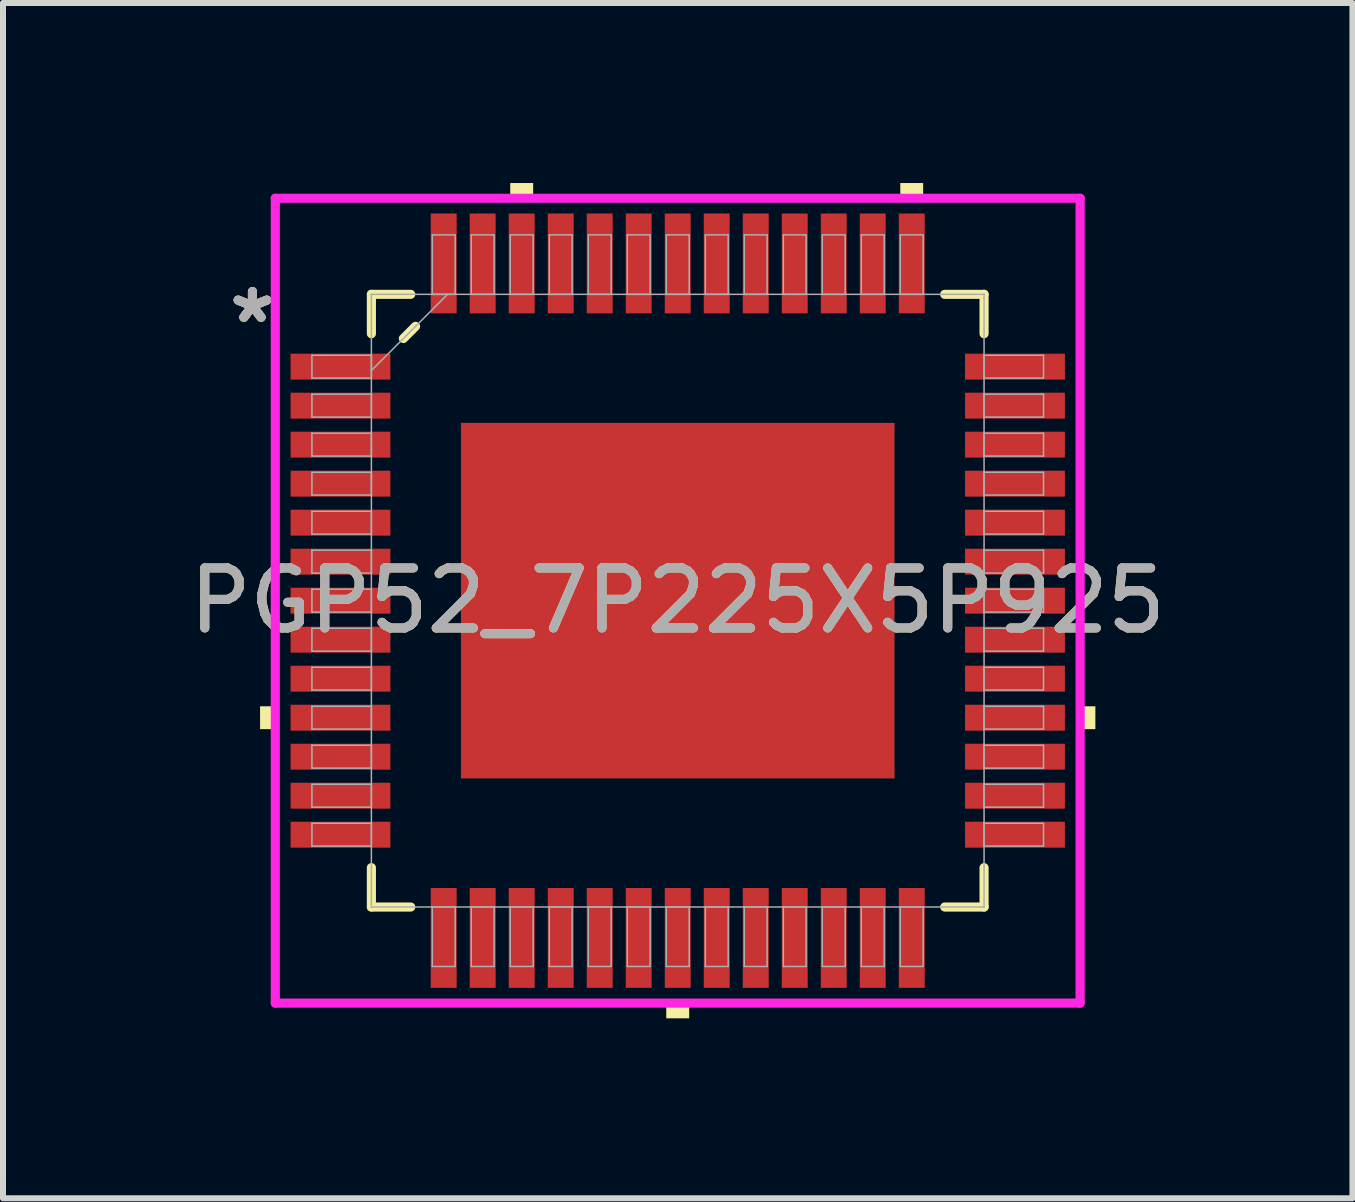
<source format=kicad_pcb>
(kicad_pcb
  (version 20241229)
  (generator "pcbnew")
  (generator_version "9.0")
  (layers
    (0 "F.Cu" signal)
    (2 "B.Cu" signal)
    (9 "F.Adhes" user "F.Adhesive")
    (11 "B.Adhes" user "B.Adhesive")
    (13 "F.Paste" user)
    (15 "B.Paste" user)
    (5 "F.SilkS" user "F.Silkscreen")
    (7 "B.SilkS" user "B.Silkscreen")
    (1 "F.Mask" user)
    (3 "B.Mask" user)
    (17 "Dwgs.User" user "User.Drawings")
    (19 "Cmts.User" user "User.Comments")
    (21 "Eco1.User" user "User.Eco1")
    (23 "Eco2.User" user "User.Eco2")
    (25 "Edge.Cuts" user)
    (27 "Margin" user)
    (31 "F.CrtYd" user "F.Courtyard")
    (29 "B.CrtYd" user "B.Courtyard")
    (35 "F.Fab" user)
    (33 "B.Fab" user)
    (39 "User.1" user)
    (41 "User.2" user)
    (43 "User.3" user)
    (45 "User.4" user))
  (footprint "PGP52_7P225X5P925"
    (layer "F.Cu")
    (at 8.244 6.96)
    (property "Reference" "PGP52_7P225X5P925" (at 0 0 0) (unlocked yes) (layer "F.SilkS") (effects (font (size 1 1) (thickness 0.15))))
    (attr through_hole)
    (fp_poly (pts (xy -3.676 -3.026) (xy -3.35 -3.026) (xy -3.35 3.026) (xy -3.676 3.026)) (stroke (width 0) (type solid)) (fill yes) (layer "F.Mask"))
    (fp_poly (pts (xy -3.676 -3.026) (xy 3.676 -3.026) (xy 3.676 -2.562) (xy -3.676 -2.562)) (stroke (width 0) (type solid)) (fill yes) (layer "F.Mask"))
    (fp_poly (pts (xy -3.676 -2.162) (xy 3.676 -2.162) (xy 3.676 -1.775) (xy -3.676 -1.775)) (stroke (width 0) (type solid)) (fill yes) (layer "F.Mask"))
    (fp_poly (pts (xy -3.676 -1.375) (xy 3.676 -1.375) (xy 3.676 -0.987) (xy -3.676 -0.987)) (stroke (width 0) (type solid)) (fill yes) (layer "F.Mask"))
    (fp_poly (pts (xy -3.676 -0.587) (xy 3.676 -0.587) (xy 3.676 -0.2) (xy -3.676 -0.2)) (stroke (width 0) (type solid)) (fill yes) (layer "F.Mask"))
    (fp_poly (pts (xy -3.676 0.2) (xy 3.676 0.2) (xy 3.676 0.587) (xy -3.676 0.587)) (stroke (width 0) (type solid)) (fill yes) (layer "F.Mask"))
    (fp_poly (pts (xy -3.676 0.987) (xy 3.676 0.987) (xy 3.676 1.375) (xy -3.676 1.375)) (stroke (width 0) (type solid)) (fill yes) (layer "F.Mask"))
    (fp_poly (pts (xy -3.676 1.775) (xy 3.676 1.775) (xy 3.676 2.162) (xy -3.676 2.162)) (stroke (width 0) (type solid)) (fill yes) (layer "F.Mask"))
    (fp_poly (pts (xy -3.676 2.562) (xy 3.676 2.562) (xy 3.676 3.026) (xy -3.676 3.026)) (stroke (width 0) (type solid)) (fill yes) (layer "F.Mask"))
    (fp_poly (pts (xy -2.562 -3.026) (xy -2.95 -3.026) (xy -2.95 3.026) (xy -2.562 3.026)) (stroke (width 0) (type solid)) (fill yes) (layer "F.Mask"))
    (fp_poly (pts (xy -1.775 -3.026) (xy -2.162 -3.026) (xy -2.162 3.026) (xy -1.775 3.026)) (stroke (width 0) (type solid)) (fill yes) (layer "F.Mask"))
    (fp_poly (pts (xy -0.987 -3.026) (xy -1.375 -3.026) (xy -1.375 3.026) (xy -0.987 3.026)) (stroke (width 0) (type solid)) (fill yes) (layer "F.Mask"))
    (fp_poly (pts (xy -0.2 -3.026) (xy -0.587 -3.026) (xy -0.587 3.026) (xy -0.2 3.026)) (stroke (width 0) (type solid)) (fill yes) (layer "F.Mask"))
    (fp_poly (pts (xy 0.587 -3.026) (xy 0.2 -3.026) (xy 0.2 3.026) (xy 0.587 3.026)) (stroke (width 0) (type solid)) (fill yes) (layer "F.Mask"))
    (fp_poly (pts (xy 1.375 -3.026) (xy 0.987 -3.026) (xy 0.987 3.026) (xy 1.375 3.026)) (stroke (width 0) (type solid)) (fill yes) (layer "F.Mask"))
    (fp_poly (pts (xy 2.162 -3.026) (xy 1.775 -3.026) (xy 1.775 3.026) (xy 2.162 3.026)) (stroke (width 0) (type solid)) (fill yes) (layer "F.Mask"))
    (fp_poly (pts (xy 2.95 -3.026) (xy 2.562 -3.026) (xy 2.562 3.026) (xy 2.95 3.026)) (stroke (width 0) (type solid)) (fill yes) (layer "F.Mask"))
    (fp_poly (pts (xy 3.35 -3.026) (xy 3.676 -3.026) (xy 3.676 3.026) (xy 3.35 3.026)) (stroke (width 0) (type solid)) (fill yes) (layer "F.Mask"))
    (fp_line (start -5.105 -5.105) (end -5.105 -4.449) (stroke (width 0.152) (type solid)) (layer "F.SilkS"))
    (fp_line (start -5.105 4.449) (end -5.105 5.105) (stroke (width 0.152) (type solid)) (layer "F.SilkS"))
    (fp_line (start -5.105 5.105) (end -4.449 5.105) (stroke (width 0.152) (type solid)) (layer "F.SilkS"))
    (fp_line (start -4.572 -4.369) (end -4.369 -4.572) (stroke (width 0.152) (type solid)) (layer "F.SilkS"))
    (fp_line (start -4.449 -5.105) (end -5.105 -5.105) (stroke (width 0.152) (type solid)) (layer "F.SilkS"))
    (fp_line (start 4.449 5.105) (end 5.105 5.105) (stroke (width 0.152) (type solid)) (layer "F.SilkS"))
    (fp_line (start 5.105 -5.105) (end 4.449 -5.105) (stroke (width 0.152) (type solid)) (layer "F.SilkS"))
    (fp_line (start 5.105 -4.449) (end 5.105 -5.105) (stroke (width 0.152) (type solid)) (layer "F.SilkS"))
    (fp_line (start 5.105 5.105) (end 5.105 4.449) (stroke (width 0.152) (type solid)) (layer "F.SilkS"))
    (fp_poly (pts (xy -6.96 1.76) (xy -6.96 2.141) (xy -6.706 2.141) (xy -6.706 1.76)) (stroke (width 0) (type solid)) (fill yes) (layer "F.SilkS"))
    (fp_poly (pts (xy -2.791 -6.706) (xy -2.791 -6.96) (xy -2.409 -6.96) (xy -2.409 -6.706)) (stroke (width 0) (type solid)) (fill yes) (layer "F.SilkS"))
    (fp_poly (pts (xy -0.191 6.706) (xy -0.191 6.96) (xy 0.191 6.96) (xy 0.191 6.706)) (stroke (width 0) (type solid)) (fill yes) (layer "F.SilkS"))
    (fp_poly (pts (xy 3.709 -6.706) (xy 3.709 -6.96) (xy 4.09 -6.96) (xy 4.09 -6.706)) (stroke (width 0) (type solid)) (fill yes) (layer "F.SilkS"))
    (fp_poly (pts (xy 6.96 1.76) (xy 6.96 2.141) (xy 6.706 2.141) (xy 6.706 1.76)) (stroke (width 0) (type solid)) (fill yes) (layer "F.SilkS"))
    (fp_poly (pts (xy -3.538 -2.888) (xy -3.538 -2.462) (xy -3.391 -2.462) (xy -3.25 -2.604) (xy -3.25 -2.888)) (stroke (width 0) (type solid)) (fill yes) (layer "F.Paste"))
    (fp_poly (pts (xy -3.538 2.462) (xy -3.538 2.888) (xy -3.25 2.888) (xy -3.25 2.604) (xy -3.391 2.462)) (stroke (width 0) (type solid)) (fill yes) (layer "F.Paste"))
    (fp_poly (pts (xy 3.25 -2.888) (xy 3.25 -2.604) (xy 3.391 -2.462) (xy 3.538 -2.462) (xy 3.538 -2.888)) (stroke (width 0) (type solid)) (fill yes) (layer "F.Paste"))
    (fp_poly (pts (xy 3.391 2.462) (xy 3.25 2.604) (xy 3.25 2.888) (xy 3.538 2.888) (xy 3.538 2.462)) (stroke (width 0) (type solid)) (fill yes) (layer "F.Paste"))
    (fp_poly (pts (xy -3.538 -2.262) (xy -3.538 -1.675) (xy -3.391 -1.675) (xy -3.25 -1.816) (xy -3.25 -2.121) (xy -3.391 -2.262)) (stroke (width 0) (type solid)) (fill yes) (layer "F.Paste"))
    (fp_poly (pts (xy -3.538 -1.475) (xy -3.538 -0.887) (xy -3.391 -0.887) (xy -3.25 -1.029) (xy -3.25 -1.333) (xy -3.391 -1.475)) (stroke (width 0) (type solid)) (fill yes) (layer "F.Paste"))
    (fp_poly (pts (xy -3.538 -0.687) (xy -3.538 -0.1) (xy -3.391 -0.1) (xy -3.25 -0.241) (xy -3.25 -0.546) (xy -3.391 -0.687)) (stroke (width 0) (type solid)) (fill yes) (layer "F.Paste"))
    (fp_poly (pts (xy -3.538 0.1) (xy -3.538 0.687) (xy -3.391 0.687) (xy -3.25 0.546) (xy -3.25 0.241) (xy -3.391 0.1)) (stroke (width 0) (type solid)) (fill yes) (layer "F.Paste"))
    (fp_poly (pts (xy -3.538 0.887) (xy -3.538 1.475) (xy -3.391 1.475) (xy -3.25 1.333) (xy -3.25 1.029) (xy -3.391 0.887)) (stroke (width 0) (type solid)) (fill yes) (layer "F.Paste"))
    (fp_poly (pts (xy -3.538 1.675) (xy -3.538 2.262) (xy -3.391 2.262) (xy -3.25 2.121) (xy -3.25 1.816) (xy -3.391 1.675)) (stroke (width 0) (type solid)) (fill yes) (layer "F.Paste"))
    (fp_poly (pts (xy -3.05 -2.888) (xy -3.05 -2.604) (xy -2.908 -2.462) (xy -2.604 -2.462) (xy -2.462 -2.604) (xy -2.462 -2.888)) (stroke (width 0) (type solid)) (fill yes) (layer "F.Paste"))
    (fp_poly (pts (xy -2.908 2.462) (xy -3.05 2.604) (xy -3.05 2.888) (xy -2.462 2.888) (xy -2.462 2.604) (xy -2.604 2.462)) (stroke (width 0) (type solid)) (fill yes) (layer "F.Paste"))
    (fp_poly (pts (xy -2.262 -2.888) (xy -2.262 -2.604) (xy -2.121 -2.462) (xy -1.816 -2.462) (xy -1.675 -2.604) (xy -1.675 -2.888)) (stroke (width 0) (type solid)) (fill yes) (layer "F.Paste"))
    (fp_poly (pts (xy -2.121 2.462) (xy -2.262 2.604) (xy -2.262 2.888) (xy -1.675 2.888) (xy -1.675 2.604) (xy -1.816 2.462)) (stroke (width 0) (type solid)) (fill yes) (layer "F.Paste"))
    (fp_poly (pts (xy -1.475 -2.888) (xy -1.475 -2.604) (xy -1.333 -2.462) (xy -1.029 -2.462) (xy -0.887 -2.604) (xy -0.887 -2.888)) (stroke (width 0) (type solid)) (fill yes) (layer "F.Paste"))
    (fp_poly (pts (xy -1.333 2.462) (xy -1.475 2.604) (xy -1.475 2.888) (xy -0.887 2.888) (xy -0.887 2.604) (xy -1.029 2.462)) (stroke (width 0) (type solid)) (fill yes) (layer "F.Paste"))
    (fp_poly (pts (xy -0.687 -2.888) (xy -0.687 -2.604) (xy -0.546 -2.462) (xy -0.241 -2.462) (xy -0.1 -2.604) (xy -0.1 -2.888)) (stroke (width 0) (type solid)) (fill yes) (layer "F.Paste"))
    (fp_poly (pts (xy -0.546 2.462) (xy -0.687 2.604) (xy -0.687 2.888) (xy -0.1 2.888) (xy -0.1 2.604) (xy -0.241 2.462)) (stroke (width 0) (type solid)) (fill yes) (layer "F.Paste"))
    (fp_poly (pts (xy 0.1 -2.888) (xy 0.1 -2.604) (xy 0.241 -2.462) (xy 0.546 -2.462) (xy 0.687 -2.604) (xy 0.687 -2.888)) (stroke (width 0) (type solid)) (fill yes) (layer "F.Paste"))
    (fp_poly (pts (xy 0.241 2.462) (xy 0.1 2.604) (xy 0.1 2.888) (xy 0.687 2.888) (xy 0.687 2.604) (xy 0.546 2.462)) (stroke (width 0) (type solid)) (fill yes) (layer "F.Paste"))
    (fp_poly (pts (xy 0.887 -2.888) (xy 0.887 -2.604) (xy 1.029 -2.462) (xy 1.333 -2.462) (xy 1.475 -2.604) (xy 1.475 -2.888)) (stroke (width 0) (type solid)) (fill yes) (layer "F.Paste"))
    (fp_poly (pts (xy 1.029 2.462) (xy 0.887 2.604) (xy 0.887 2.888) (xy 1.475 2.888) (xy 1.475 2.604) (xy 1.333 2.462)) (stroke (width 0) (type solid)) (fill yes) (layer "F.Paste"))
    (fp_poly (pts (xy 1.675 -2.888) (xy 1.675 -2.604) (xy 1.816 -2.462) (xy 2.121 -2.462) (xy 2.262 -2.604) (xy 2.262 -2.888)) (stroke (width 0) (type solid)) (fill yes) (layer "F.Paste"))
    (fp_poly (pts (xy 1.816 2.462) (xy 1.675 2.604) (xy 1.675 2.888) (xy 2.262 2.888) (xy 2.262 2.604) (xy 2.121 2.462)) (stroke (width 0) (type solid)) (fill yes) (layer "F.Paste"))
    (fp_poly (pts (xy 2.462 -2.888) (xy 2.462 -2.604) (xy 2.604 -2.462) (xy 2.908 -2.462) (xy 3.05 -2.604) (xy 3.05 -2.888)) (stroke (width 0) (type solid)) (fill yes) (layer "F.Paste"))
    (fp_poly (pts (xy 2.604 2.462) (xy 2.462 2.604) (xy 2.462 2.888) (xy 3.05 2.888) (xy 3.05 2.604) (xy 2.908 2.462)) (stroke (width 0) (type solid)) (fill yes) (layer "F.Paste"))
    (fp_poly (pts (xy 3.391 -2.262) (xy 3.25 -2.121) (xy 3.25 -1.816) (xy 3.391 -1.675) (xy 3.538 -1.675) (xy 3.538 -2.262)) (stroke (width 0) (type solid)) (fill yes) (layer "F.Paste"))
    (fp_poly (pts (xy 3.391 -1.475) (xy 3.25 -1.333) (xy 3.25 -1.029) (xy 3.391 -0.887) (xy 3.538 -0.887) (xy 3.538 -1.475)) (stroke (width 0) (type solid)) (fill yes) (layer "F.Paste"))
    (fp_poly (pts (xy 3.391 -0.687) (xy 3.25 -0.546) (xy 3.25 -0.241) (xy 3.391 -0.1) (xy 3.538 -0.1) (xy 3.538 -0.687)) (stroke (width 0) (type solid)) (fill yes) (layer "F.Paste"))
    (fp_poly (pts (xy 3.391 0.1) (xy 3.25 0.241) (xy 3.25 0.546) (xy 3.391 0.687) (xy 3.538 0.687) (xy 3.538 0.1)) (stroke (width 0) (type solid)) (fill yes) (layer "F.Paste"))
    (fp_poly (pts (xy 3.391 0.887) (xy 3.25 1.029) (xy 3.25 1.333) (xy 3.391 1.475) (xy 3.538 1.475) (xy 3.538 0.887)) (stroke (width 0) (type solid)) (fill yes) (layer "F.Paste"))
    (fp_poly (pts (xy 3.391 1.675) (xy 3.25 1.816) (xy 3.25 2.121) (xy 3.391 2.262) (xy 3.538 2.262) (xy 3.538 1.675)) (stroke (width 0) (type solid)) (fill yes) (layer "F.Paste"))
    (fp_poly (pts (xy -2.908 -2.262) (xy -3.05 -2.121) (xy -3.05 -1.816) (xy -2.908 -1.675) (xy -2.604 -1.675) (xy -2.462 -1.816) (xy -2.462 -2.121) (xy -2.604 -2.262)) (stroke (width 0) (type solid)) (fill yes) (layer "F.Paste"))
    (fp_poly (pts (xy -2.908 -1.475) (xy -3.05 -1.333) (xy -3.05 -1.029) (xy -2.908 -0.887) (xy -2.604 -0.887) (xy -2.462 -1.029) (xy -2.462 -1.333) (xy -2.604 -1.475)) (stroke (width 0) (type solid)) (fill yes) (layer "F.Paste"))
    (fp_poly (pts (xy -2.908 -0.687) (xy -3.05 -0.546) (xy -3.05 -0.241) (xy -2.908 -0.1) (xy -2.604 -0.1) (xy -2.462 -0.241) (xy -2.462 -0.546) (xy -2.604 -0.687)) (stroke (width 0) (type solid)) (fill yes) (layer "F.Paste"))
    (fp_poly (pts (xy -2.908 0.1) (xy -3.05 0.241) (xy -3.05 0.546) (xy -2.908 0.687) (xy -2.604 0.687) (xy -2.462 0.546) (xy -2.462 0.241) (xy -2.604 0.1)) (stroke (width 0) (type solid)) (fill yes) (layer "F.Paste"))
    (fp_poly (pts (xy -2.908 0.887) (xy -3.05 1.029) (xy -3.05 1.333) (xy -2.908 1.475) (xy -2.604 1.475) (xy -2.462 1.333) (xy -2.462 1.029) (xy -2.604 0.887)) (stroke (width 0) (type solid)) (fill yes) (layer "F.Paste"))
    (fp_poly (pts (xy -2.908 1.675) (xy -3.05 1.816) (xy -3.05 2.121) (xy -2.908 2.262) (xy -2.604 2.262) (xy -2.462 2.121) (xy -2.462 1.816) (xy -2.604 1.675)) (stroke (width 0) (type solid)) (fill yes) (layer "F.Paste"))
    (fp_poly (pts (xy -2.121 -2.262) (xy -2.262 -2.121) (xy -2.262 -1.816) (xy -2.121 -1.675) (xy -1.816 -1.675) (xy -1.675 -1.816) (xy -1.675 -2.121) (xy -1.816 -2.262)) (stroke (width 0) (type solid)) (fill yes) (layer "F.Paste"))
    (fp_poly (pts (xy -2.121 -1.475) (xy -2.262 -1.333) (xy -2.262 -1.029) (xy -2.121 -0.887) (xy -1.816 -0.887) (xy -1.675 -1.029) (xy -1.675 -1.333) (xy -1.816 -1.475)) (stroke (width 0) (type solid)) (fill yes) (layer "F.Paste"))
    (fp_poly (pts (xy -2.121 -0.687) (xy -2.262 -0.546) (xy -2.262 -0.241) (xy -2.121 -0.1) (xy -1.816 -0.1) (xy -1.675 -0.241) (xy -1.675 -0.546) (xy -1.816 -0.687)) (stroke (width 0) (type solid)) (fill yes) (layer "F.Paste"))
    (fp_poly (pts (xy -2.121 0.1) (xy -2.262 0.241) (xy -2.262 0.546) (xy -2.121 0.687) (xy -1.816 0.687) (xy -1.675 0.546) (xy -1.675 0.241) (xy -1.816 0.1)) (stroke (width 0) (type solid)) (fill yes) (layer "F.Paste"))
    (fp_poly (pts (xy -2.121 0.887) (xy -2.262 1.029) (xy -2.262 1.333) (xy -2.121 1.475) (xy -1.816 1.475) (xy -1.675 1.333) (xy -1.675 1.029) (xy -1.816 0.887)) (stroke (width 0) (type solid)) (fill yes) (layer "F.Paste"))
    (fp_poly (pts (xy -2.121 1.675) (xy -2.262 1.816) (xy -2.262 2.121) (xy -2.121 2.262) (xy -1.816 2.262) (xy -1.675 2.121) (xy -1.675 1.816) (xy -1.816 1.675)) (stroke (width 0) (type solid)) (fill yes) (layer "F.Paste"))
    (fp_poly (pts (xy -1.333 -2.262) (xy -1.475 -2.121) (xy -1.475 -1.816) (xy -1.333 -1.675) (xy -1.029 -1.675) (xy -0.887 -1.816) (xy -0.887 -2.121) (xy -1.029 -2.262)) (stroke (width 0) (type solid)) (fill yes) (layer "F.Paste"))
    (fp_poly (pts (xy -1.333 -1.475) (xy -1.475 -1.333) (xy -1.475 -1.029) (xy -1.333 -0.887) (xy -1.029 -0.887) (xy -0.887 -1.029) (xy -0.887 -1.333) (xy -1.029 -1.475)) (stroke (width 0) (type solid)) (fill yes) (layer "F.Paste"))
    (fp_poly (pts (xy -1.333 -0.687) (xy -1.475 -0.546) (xy -1.475 -0.241) (xy -1.333 -0.1) (xy -1.029 -0.1) (xy -0.887 -0.241) (xy -0.887 -0.546) (xy -1.029 -0.687)) (stroke (width 0) (type solid)) (fill yes) (layer "F.Paste"))
    (fp_poly (pts (xy -1.333 0.1) (xy -1.475 0.241) (xy -1.475 0.546) (xy -1.333 0.687) (xy -1.029 0.687) (xy -0.887 0.546) (xy -0.887 0.241) (xy -1.029 0.1)) (stroke (width 0) (type solid)) (fill yes) (layer "F.Paste"))
    (fp_poly (pts (xy -1.333 0.887) (xy -1.475 1.029) (xy -1.475 1.333) (xy -1.333 1.475) (xy -1.029 1.475) (xy -0.887 1.333) (xy -0.887 1.029) (xy -1.029 0.887)) (stroke (width 0) (type solid)) (fill yes) (layer "F.Paste"))
    (fp_poly (pts (xy -1.333 1.675) (xy -1.475 1.816) (xy -1.475 2.121) (xy -1.333 2.262) (xy -1.029 2.262) (xy -0.887 2.121) (xy -0.887 1.816) (xy -1.029 1.675)) (stroke (width 0) (type solid)) (fill yes) (layer "F.Paste"))
    (fp_poly (pts (xy -0.546 -2.262) (xy -0.687 -2.121) (xy -0.687 -1.816) (xy -0.546 -1.675) (xy -0.241 -1.675) (xy -0.1 -1.816) (xy -0.1 -2.121) (xy -0.241 -2.262)) (stroke (width 0) (type solid)) (fill yes) (layer "F.Paste"))
    (fp_poly (pts (xy -0.546 -1.475) (xy -0.687 -1.333) (xy -0.687 -1.029) (xy -0.546 -0.887) (xy -0.241 -0.887) (xy -0.1 -1.029) (xy -0.1 -1.333) (xy -0.241 -1.475)) (stroke (width 0) (type solid)) (fill yes) (layer "F.Paste"))
    (fp_poly (pts (xy -0.546 -0.687) (xy -0.687 -0.546) (xy -0.687 -0.241) (xy -0.546 -0.1) (xy -0.241 -0.1) (xy -0.1 -0.241) (xy -0.1 -0.546) (xy -0.241 -0.687)) (stroke (width 0) (type solid)) (fill yes) (layer "F.Paste"))
    (fp_poly (pts (xy -0.546 0.1) (xy -0.687 0.241) (xy -0.687 0.546) (xy -0.546 0.687) (xy -0.241 0.687) (xy -0.1 0.546) (xy -0.1 0.241) (xy -0.241 0.1)) (stroke (width 0) (type solid)) (fill yes) (layer "F.Paste"))
    (fp_poly (pts (xy -0.546 0.887) (xy -0.687 1.029) (xy -0.687 1.333) (xy -0.546 1.475) (xy -0.241 1.475) (xy -0.1 1.333) (xy -0.1 1.029) (xy -0.241 0.887)) (stroke (width 0) (type solid)) (fill yes) (layer "F.Paste"))
    (fp_poly (pts (xy -0.546 1.675) (xy -0.687 1.816) (xy -0.687 2.121) (xy -0.546 2.262) (xy -0.241 2.262) (xy -0.1 2.121) (xy -0.1 1.816) (xy -0.241 1.675)) (stroke (width 0) (type solid)) (fill yes) (layer "F.Paste"))
    (fp_poly (pts (xy 0.241 -2.262) (xy 0.1 -2.121) (xy 0.1 -1.816) (xy 0.241 -1.675) (xy 0.546 -1.675) (xy 0.687 -1.816) (xy 0.687 -2.121) (xy 0.546 -2.262)) (stroke (width 0) (type solid)) (fill yes) (layer "F.Paste"))
    (fp_poly (pts (xy 0.241 -1.475) (xy 0.1 -1.333) (xy 0.1 -1.029) (xy 0.241 -0.887) (xy 0.546 -0.887) (xy 0.687 -1.029) (xy 0.687 -1.333) (xy 0.546 -1.475)) (stroke (width 0) (type solid)) (fill yes) (layer "F.Paste"))
    (fp_poly (pts (xy 0.241 -0.687) (xy 0.1 -0.546) (xy 0.1 -0.241) (xy 0.241 -0.1) (xy 0.546 -0.1) (xy 0.687 -0.241) (xy 0.687 -0.546) (xy 0.546 -0.687)) (stroke (width 0) (type solid)) (fill yes) (layer "F.Paste"))
    (fp_poly (pts (xy 0.241 0.1) (xy 0.1 0.241) (xy 0.1 0.546) (xy 0.241 0.687) (xy 0.546 0.687) (xy 0.687 0.546) (xy 0.687 0.241) (xy 0.546 0.1)) (stroke (width 0) (type solid)) (fill yes) (layer "F.Paste"))
    (fp_poly (pts (xy 0.241 0.887) (xy 0.1 1.029) (xy 0.1 1.333) (xy 0.241 1.475) (xy 0.546 1.475) (xy 0.687 1.333) (xy 0.687 1.029) (xy 0.546 0.887)) (stroke (width 0) (type solid)) (fill yes) (layer "F.Paste"))
    (fp_poly (pts (xy 0.241 1.675) (xy 0.1 1.816) (xy 0.1 2.121) (xy 0.241 2.262) (xy 0.546 2.262) (xy 0.687 2.121) (xy 0.687 1.816) (xy 0.546 1.675)) (stroke (width 0) (type solid)) (fill yes) (layer "F.Paste"))
    (fp_poly (pts (xy 1.029 -2.262) (xy 0.887 -2.121) (xy 0.887 -1.816) (xy 1.029 -1.675) (xy 1.333 -1.675) (xy 1.475 -1.816) (xy 1.475 -2.121) (xy 1.333 -2.262)) (stroke (width 0) (type solid)) (fill yes) (layer "F.Paste"))
    (fp_poly (pts (xy 1.029 -1.475) (xy 0.887 -1.333) (xy 0.887 -1.029) (xy 1.029 -0.887) (xy 1.333 -0.887) (xy 1.475 -1.029) (xy 1.475 -1.333) (xy 1.333 -1.475)) (stroke (width 0) (type solid)) (fill yes) (layer "F.Paste"))
    (fp_poly (pts (xy 1.029 -0.687) (xy 0.887 -0.546) (xy 0.887 -0.241) (xy 1.029 -0.1) (xy 1.333 -0.1) (xy 1.475 -0.241) (xy 1.475 -0.546) (xy 1.333 -0.687)) (stroke (width 0) (type solid)) (fill yes) (layer "F.Paste"))
    (fp_poly (pts (xy 1.029 0.1) (xy 0.887 0.241) (xy 0.887 0.546) (xy 1.029 0.687) (xy 1.333 0.687) (xy 1.475 0.546) (xy 1.475 0.241) (xy 1.333 0.1)) (stroke (width 0) (type solid)) (fill yes) (layer "F.Paste"))
    (fp_poly (pts (xy 1.029 0.887) (xy 0.887 1.029) (xy 0.887 1.333) (xy 1.029 1.475) (xy 1.333 1.475) (xy 1.475 1.333) (xy 1.475 1.029) (xy 1.333 0.887)) (stroke (width 0) (type solid)) (fill yes) (layer "F.Paste"))
    (fp_poly (pts (xy 1.029 1.675) (xy 0.887 1.816) (xy 0.887 2.121) (xy 1.029 2.262) (xy 1.333 2.262) (xy 1.475 2.121) (xy 1.475 1.816) (xy 1.333 1.675)) (stroke (width 0) (type solid)) (fill yes) (layer "F.Paste"))
    (fp_poly (pts (xy 1.816 -2.262) (xy 1.675 -2.121) (xy 1.675 -1.816) (xy 1.816 -1.675) (xy 2.121 -1.675) (xy 2.262 -1.816) (xy 2.262 -2.121) (xy 2.121 -2.262)) (stroke (width 0) (type solid)) (fill yes) (layer "F.Paste"))
    (fp_poly (pts (xy 1.816 -1.475) (xy 1.675 -1.333) (xy 1.675 -1.029) (xy 1.816 -0.887) (xy 2.121 -0.887) (xy 2.262 -1.029) (xy 2.262 -1.333) (xy 2.121 -1.475)) (stroke (width 0) (type solid)) (fill yes) (layer "F.Paste"))
    (fp_poly (pts (xy 1.816 -0.687) (xy 1.675 -0.546) (xy 1.675 -0.241) (xy 1.816 -0.1) (xy 2.121 -0.1) (xy 2.262 -0.241) (xy 2.262 -0.546) (xy 2.121 -0.687)) (stroke (width 0) (type solid)) (fill yes) (layer "F.Paste"))
    (fp_poly (pts (xy 1.816 0.1) (xy 1.675 0.241) (xy 1.675 0.546) (xy 1.816 0.687) (xy 2.121 0.687) (xy 2.262 0.546) (xy 2.262 0.241) (xy 2.121 0.1)) (stroke (width 0) (type solid)) (fill yes) (layer "F.Paste"))
    (fp_poly (pts (xy 1.816 0.887) (xy 1.675 1.029) (xy 1.675 1.333) (xy 1.816 1.475) (xy 2.121 1.475) (xy 2.262 1.333) (xy 2.262 1.029) (xy 2.121 0.887)) (stroke (width 0) (type solid)) (fill yes) (layer "F.Paste"))
    (fp_poly (pts (xy 1.816 1.675) (xy 1.675 1.816) (xy 1.675 2.121) (xy 1.816 2.262) (xy 2.121 2.262) (xy 2.262 2.121) (xy 2.262 1.816) (xy 2.121 1.675)) (stroke (width 0) (type solid)) (fill yes) (layer "F.Paste"))
    (fp_poly (pts (xy 2.604 -2.262) (xy 2.462 -2.121) (xy 2.462 -1.816) (xy 2.604 -1.675) (xy 2.908 -1.675) (xy 3.05 -1.816) (xy 3.05 -2.121) (xy 2.908 -2.262)) (stroke (width 0) (type solid)) (fill yes) (layer "F.Paste"))
    (fp_poly (pts (xy 2.604 -1.475) (xy 2.462 -1.333) (xy 2.462 -1.029) (xy 2.604 -0.887) (xy 2.908 -0.887) (xy 3.05 -1.029) (xy 3.05 -1.333) (xy 2.908 -1.475)) (stroke (width 0) (type solid)) (fill yes) (layer "F.Paste"))
    (fp_poly (pts (xy 2.604 -0.687) (xy 2.462 -0.546) (xy 2.462 -0.241) (xy 2.604 -0.1) (xy 2.908 -0.1) (xy 3.05 -0.241) (xy 3.05 -0.546) (xy 2.908 -0.687)) (stroke (width 0) (type solid)) (fill yes) (layer "F.Paste"))
    (fp_poly (pts (xy 2.604 0.1) (xy 2.462 0.241) (xy 2.462 0.546) (xy 2.604 0.687) (xy 2.908 0.687) (xy 3.05 0.546) (xy 3.05 0.241) (xy 2.908 0.1)) (stroke (width 0) (type solid)) (fill yes) (layer "F.Paste"))
    (fp_poly (pts (xy 2.604 0.887) (xy 2.462 1.029) (xy 2.462 1.333) (xy 2.604 1.475) (xy 2.908 1.475) (xy 3.05 1.333) (xy 3.05 1.029) (xy 2.908 0.887)) (stroke (width 0) (type solid)) (fill yes) (layer "F.Paste"))
    (fp_poly (pts (xy 2.604 1.675) (xy 2.462 1.816) (xy 2.462 2.121) (xy 2.604 2.262) (xy 2.908 2.262) (xy 3.05 2.121) (xy 3.05 1.816) (xy 2.908 1.675)) (stroke (width 0) (type solid)) (fill yes) (layer "F.Paste"))
    (fp_line (start -6.706 -6.706) (end 6.706 -6.706) (stroke (width 0.152) (type solid)) (layer "F.CrtYd"))
    (fp_line (start -6.706 6.706) (end -6.706 -6.706) (stroke (width 0.152) (type solid)) (layer "F.CrtYd"))
    (fp_line (start 6.706 -6.706) (end 6.706 6.706) (stroke (width 0.152) (type solid)) (layer "F.CrtYd"))
    (fp_line (start 6.706 6.706) (end -6.706 6.706) (stroke (width 0.152) (type solid)) (layer "F.CrtYd"))
    (fp_line (start -6.096 -4.09) (end -6.096 -3.709) (stroke (width 0.025) (type solid)) (layer "F.Fab"))
    (fp_line (start -6.096 -3.709) (end -5.105 -3.709) (stroke (width 0.025) (type solid)) (layer "F.Fab"))
    (fp_line (start -6.096 -3.441) (end -6.096 -3.059) (stroke (width 0.025) (type solid)) (layer "F.Fab"))
    (fp_line (start -6.096 -3.059) (end -5.105 -3.059) (stroke (width 0.025) (type solid)) (layer "F.Fab"))
    (fp_line (start -6.096 -2.791) (end -6.096 -2.409) (stroke (width 0.025) (type solid)) (layer "F.Fab"))
    (fp_line (start -6.096 -2.409) (end -5.105 -2.409) (stroke (width 0.025) (type solid)) (layer "F.Fab"))
    (fp_line (start -6.096 -2.14) (end -6.096 -1.76) (stroke (width 0.025) (type solid)) (layer "F.Fab"))
    (fp_line (start -6.096 -1.76) (end -5.105 -1.76) (stroke (width 0.025) (type solid)) (layer "F.Fab"))
    (fp_line (start -6.096 -1.49) (end -6.096 -1.109) (stroke (width 0.025) (type solid)) (layer "F.Fab"))
    (fp_line (start -6.096 -1.109) (end -5.105 -1.109) (stroke (width 0.025) (type solid)) (layer "F.Fab"))
    (fp_line (start -6.096 -0.841) (end -6.096 -0.46) (stroke (width 0.025) (type solid)) (layer "F.Fab"))
    (fp_line (start -6.096 -0.46) (end -5.105 -0.46) (stroke (width 0.025) (type solid)) (layer "F.Fab"))
    (fp_line (start -6.096 -0.191) (end -6.096 0.191) (stroke (width 0.025) (type solid)) (layer "F.Fab"))
    (fp_line (start -6.096 0.191) (end -5.105 0.191) (stroke (width 0.025) (type solid)) (layer "F.Fab"))
    (fp_line (start -6.096 0.46) (end -6.096 0.841) (stroke (width 0.025) (type solid)) (layer "F.Fab"))
    (fp_line (start -6.096 0.841) (end -5.105 0.841) (stroke (width 0.025) (type solid)) (layer "F.Fab"))
    (fp_line (start -6.096 1.109) (end -6.096 1.49) (stroke (width 0.025) (type solid)) (layer "F.Fab"))
    (fp_line (start -6.096 1.49) (end -5.105 1.49) (stroke (width 0.025) (type solid)) (layer "F.Fab"))
    (fp_line (start -6.096 1.76) (end -6.096 2.14) (stroke (width 0.025) (type solid)) (layer "F.Fab"))
    (fp_line (start -6.096 2.14) (end -5.105 2.14) (stroke (width 0.025) (type solid)) (layer "F.Fab"))
    (fp_line (start -6.096 2.409) (end -6.096 2.791) (stroke (width 0.025) (type solid)) (layer "F.Fab"))
    (fp_line (start -6.096 2.791) (end -5.105 2.791) (stroke (width 0.025) (type solid)) (layer "F.Fab"))
    (fp_line (start -6.096 3.059) (end -6.096 3.441) (stroke (width 0.025) (type solid)) (layer "F.Fab"))
    (fp_line (start -6.096 3.441) (end -5.105 3.441) (stroke (width 0.025) (type solid)) (layer "F.Fab"))
    (fp_line (start -6.096 3.709) (end -6.096 4.09) (stroke (width 0.025) (type solid)) (layer "F.Fab"))
    (fp_line (start -6.096 4.09) (end -5.105 4.09) (stroke (width 0.025) (type solid)) (layer "F.Fab"))
    (fp_line (start -5.105 -5.105) (end -5.105 -5.105) (stroke (width 0.025) (type solid)) (layer "F.Fab"))
    (fp_line (start -5.105 -5.105) (end -5.105 5.105) (stroke (width 0.025) (type solid)) (layer "F.Fab"))
    (fp_line (start -5.105 -4.09) (end -6.096 -4.09) (stroke (width 0.025) (type solid)) (layer "F.Fab"))
    (fp_line (start -5.105 -3.835) (end -3.835 -5.105) (stroke (width 0.025) (type solid)) (layer "F.Fab"))
    (fp_line (start -5.105 -3.709) (end -5.105 -4.09) (stroke (width 0.025) (type solid)) (layer "F.Fab"))
    (fp_line (start -5.105 -3.441) (end -6.096 -3.441) (stroke (width 0.025) (type solid)) (layer "F.Fab"))
    (fp_line (start -5.105 -3.059) (end -5.105 -3.441) (stroke (width 0.025) (type solid)) (layer "F.Fab"))
    (fp_line (start -5.105 -2.791) (end -6.096 -2.791) (stroke (width 0.025) (type solid)) (layer "F.Fab"))
    (fp_line (start -5.105 -2.409) (end -5.105 -2.791) (stroke (width 0.025) (type solid)) (layer "F.Fab"))
    (fp_line (start -5.105 -2.14) (end -6.096 -2.14) (stroke (width 0.025) (type solid)) (layer "F.Fab"))
    (fp_line (start -5.105 -1.76) (end -5.105 -2.14) (stroke (width 0.025) (type solid)) (layer "F.Fab"))
    (fp_line (start -5.105 -1.49) (end -6.096 -1.49) (stroke (width 0.025) (type solid)) (layer "F.Fab"))
    (fp_line (start -5.105 -1.109) (end -5.105 -1.49) (stroke (width 0.025) (type solid)) (layer "F.Fab"))
    (fp_line (start -5.105 -0.841) (end -6.096 -0.841) (stroke (width 0.025) (type solid)) (layer "F.Fab"))
    (fp_line (start -5.105 -0.46) (end -5.105 -0.841) (stroke (width 0.025) (type solid)) (layer "F.Fab"))
    (fp_line (start -5.105 -0.191) (end -6.096 -0.191) (stroke (width 0.025) (type solid)) (layer "F.Fab"))
    (fp_line (start -5.105 0.191) (end -5.105 -0.191) (stroke (width 0.025) (type solid)) (layer "F.Fab"))
    (fp_line (start -5.105 0.46) (end -6.096 0.46) (stroke (width 0.025) (type solid)) (layer "F.Fab"))
    (fp_line (start -5.105 0.841) (end -5.105 0.46) (stroke (width 0.025) (type solid)) (layer "F.Fab"))
    (fp_line (start -5.105 1.109) (end -6.096 1.109) (stroke (width 0.025) (type solid)) (layer "F.Fab"))
    (fp_line (start -5.105 1.49) (end -5.105 1.109) (stroke (width 0.025) (type solid)) (layer "F.Fab"))
    (fp_line (start -5.105 1.76) (end -6.096 1.76) (stroke (width 0.025) (type solid)) (layer "F.Fab"))
    (fp_line (start -5.105 2.14) (end -5.105 1.76) (stroke (width 0.025) (type solid)) (layer "F.Fab"))
    (fp_line (start -5.105 2.409) (end -6.096 2.409) (stroke (width 0.025) (type solid)) (layer "F.Fab"))
    (fp_line (start -5.105 2.791) (end -5.105 2.409) (stroke (width 0.025) (type solid)) (layer "F.Fab"))
    (fp_line (start -5.105 3.059) (end -6.096 3.059) (stroke (width 0.025) (type solid)) (layer "F.Fab"))
    (fp_line (start -5.105 3.441) (end -5.105 3.059) (stroke (width 0.025) (type solid)) (layer "F.Fab"))
    (fp_line (start -5.105 3.709) (end -6.096 3.709) (stroke (width 0.025) (type solid)) (layer "F.Fab"))
    (fp_line (start -5.105 4.09) (end -5.105 3.709) (stroke (width 0.025) (type solid)) (layer "F.Fab"))
    (fp_line (start -5.105 5.105) (end -5.105 5.105) (stroke (width 0.025) (type solid)) (layer "F.Fab"))
    (fp_line (start -5.105 5.105) (end 5.105 5.105) (stroke (width 0.025) (type solid)) (layer "F.Fab"))
    (fp_line (start -4.09 -6.096) (end -4.09 -5.105) (stroke (width 0.025) (type solid)) (layer "F.Fab"))
    (fp_line (start -4.09 -5.105) (end -3.709 -5.105) (stroke (width 0.025) (type solid)) (layer "F.Fab"))
    (fp_line (start -4.09 5.105) (end -4.09 6.096) (stroke (width 0.025) (type solid)) (layer "F.Fab"))
    (fp_line (start -4.09 6.096) (end -3.709 6.096) (stroke (width 0.025) (type solid)) (layer "F.Fab"))
    (fp_line (start -3.709 -6.096) (end -4.09 -6.096) (stroke (width 0.025) (type solid)) (layer "F.Fab"))
    (fp_line (start -3.709 -5.105) (end -3.709 -6.096) (stroke (width 0.025) (type solid)) (layer "F.Fab"))
    (fp_line (start -3.709 5.105) (end -4.09 5.105) (stroke (width 0.025) (type solid)) (layer "F.Fab"))
    (fp_line (start -3.709 6.096) (end -3.709 5.105) (stroke (width 0.025) (type solid)) (layer "F.Fab"))
    (fp_line (start -3.441 -6.096) (end -3.441 -5.105) (stroke (width 0.025) (type solid)) (layer "F.Fab"))
    (fp_line (start -3.441 -5.105) (end -3.059 -5.105) (stroke (width 0.025) (type solid)) (layer "F.Fab"))
    (fp_line (start -3.441 5.105) (end -3.441 6.096) (stroke (width 0.025) (type solid)) (layer "F.Fab"))
    (fp_line (start -3.441 6.096) (end -3.059 6.096) (stroke (width 0.025) (type solid)) (layer "F.Fab"))
    (fp_line (start -3.059 -6.096) (end -3.441 -6.096) (stroke (width 0.025) (type solid)) (layer "F.Fab"))
    (fp_line (start -3.059 -5.105) (end -3.059 -6.096) (stroke (width 0.025) (type solid)) (layer "F.Fab"))
    (fp_line (start -3.059 5.105) (end -3.441 5.105) (stroke (width 0.025) (type solid)) (layer "F.Fab"))
    (fp_line (start -3.059 6.096) (end -3.059 5.105) (stroke (width 0.025) (type solid)) (layer "F.Fab"))
    (fp_line (start -2.791 -6.096) (end -2.791 -5.105) (stroke (width 0.025) (type solid)) (layer "F.Fab"))
    (fp_line (start -2.791 -5.105) (end -2.409 -5.105) (stroke (width 0.025) (type solid)) (layer "F.Fab"))
    (fp_line (start -2.791 5.105) (end -2.791 6.096) (stroke (width 0.025) (type solid)) (layer "F.Fab"))
    (fp_line (start -2.791 6.096) (end -2.409 6.096) (stroke (width 0.025) (type solid)) (layer "F.Fab"))
    (fp_line (start -2.409 -6.096) (end -2.791 -6.096) (stroke (width 0.025) (type solid)) (layer "F.Fab"))
    (fp_line (start -2.409 -5.105) (end -2.409 -6.096) (stroke (width 0.025) (type solid)) (layer "F.Fab"))
    (fp_line (start -2.409 5.105) (end -2.791 5.105) (stroke (width 0.025) (type solid)) (layer "F.Fab"))
    (fp_line (start -2.409 6.096) (end -2.409 5.105) (stroke (width 0.025) (type solid)) (layer "F.Fab"))
    (fp_line (start -2.14 -6.096) (end -2.14 -5.105) (stroke (width 0.025) (type solid)) (layer "F.Fab"))
    (fp_line (start -2.14 -5.105) (end -1.76 -5.105) (stroke (width 0.025) (type solid)) (layer "F.Fab"))
    (fp_line (start -2.14 5.105) (end -2.14 6.096) (stroke (width 0.025) (type solid)) (layer "F.Fab"))
    (fp_line (start -2.14 6.096) (end -1.76 6.096) (stroke (width 0.025) (type solid)) (layer "F.Fab"))
    (fp_line (start -1.76 -6.096) (end -2.14 -6.096) (stroke (width 0.025) (type solid)) (layer "F.Fab"))
    (fp_line (start -1.76 -5.105) (end -1.76 -6.096) (stroke (width 0.025) (type solid)) (layer "F.Fab"))
    (fp_line (start -1.76 5.105) (end -2.14 5.105) (stroke (width 0.025) (type solid)) (layer "F.Fab"))
    (fp_line (start -1.76 6.096) (end -1.76 5.105) (stroke (width 0.025) (type solid)) (layer "F.Fab"))
    (fp_line (start -1.49 -6.096) (end -1.49 -5.105) (stroke (width 0.025) (type solid)) (layer "F.Fab"))
    (fp_line (start -1.49 -5.105) (end -1.109 -5.105) (stroke (width 0.025) (type solid)) (layer "F.Fab"))
    (fp_line (start -1.49 5.105) (end -1.49 6.096) (stroke (width 0.025) (type solid)) (layer "F.Fab"))
    (fp_line (start -1.49 6.096) (end -1.109 6.096) (stroke (width 0.025) (type solid)) (layer "F.Fab"))
    (fp_line (start -1.109 -6.096) (end -1.49 -6.096) (stroke (width 0.025) (type solid)) (layer "F.Fab"))
    (fp_line (start -1.109 -5.105) (end -1.109 -6.096) (stroke (width 0.025) (type solid)) (layer "F.Fab"))
    (fp_line (start -1.109 5.105) (end -1.49 5.105) (stroke (width 0.025) (type solid)) (layer "F.Fab"))
    (fp_line (start -1.109 6.096) (end -1.109 5.105) (stroke (width 0.025) (type solid)) (layer "F.Fab"))
    (fp_line (start -0.841 -6.096) (end -0.841 -5.105) (stroke (width 0.025) (type solid)) (layer "F.Fab"))
    (fp_line (start -0.841 -5.105) (end -0.46 -5.105) (stroke (width 0.025) (type solid)) (layer "F.Fab"))
    (fp_line (start -0.841 5.105) (end -0.841 6.096) (stroke (width 0.025) (type solid)) (layer "F.Fab"))
    (fp_line (start -0.841 6.096) (end -0.46 6.096) (stroke (width 0.025) (type solid)) (layer "F.Fab"))
    (fp_line (start -0.46 -6.096) (end -0.841 -6.096) (stroke (width 0.025) (type solid)) (layer "F.Fab"))
    (fp_line (start -0.46 -5.105) (end -0.46 -6.096) (stroke (width 0.025) (type solid)) (layer "F.Fab"))
    (fp_line (start -0.46 5.105) (end -0.841 5.105) (stroke (width 0.025) (type solid)) (layer "F.Fab"))
    (fp_line (start -0.46 6.096) (end -0.46 5.105) (stroke (width 0.025) (type solid)) (layer "F.Fab"))
    (fp_line (start -0.191 -6.096) (end -0.191 -5.105) (stroke (width 0.025) (type solid)) (layer "F.Fab"))
    (fp_line (start -0.191 -5.105) (end 0.191 -5.105) (stroke (width 0.025) (type solid)) (layer "F.Fab"))
    (fp_line (start -0.191 5.105) (end -0.191 6.096) (stroke (width 0.025) (type solid)) (layer "F.Fab"))
    (fp_line (start -0.191 6.096) (end 0.191 6.096) (stroke (width 0.025) (type solid)) (layer "F.Fab"))
    (fp_line (start 0.191 -6.096) (end -0.191 -6.096) (stroke (width 0.025) (type solid)) (layer "F.Fab"))
    (fp_line (start 0.191 -5.105) (end 0.191 -6.096) (stroke (width 0.025) (type solid)) (layer "F.Fab"))
    (fp_line (start 0.191 5.105) (end -0.191 5.105) (stroke (width 0.025) (type solid)) (layer "F.Fab"))
    (fp_line (start 0.191 6.096) (end 0.191 5.105) (stroke (width 0.025) (type solid)) (layer "F.Fab"))
    (fp_line (start 0.46 -6.096) (end 0.46 -5.105) (stroke (width 0.025) (type solid)) (layer "F.Fab"))
    (fp_line (start 0.46 -5.105) (end 0.841 -5.105) (stroke (width 0.025) (type solid)) (layer "F.Fab"))
    (fp_line (start 0.46 5.105) (end 0.46 6.096) (stroke (width 0.025) (type solid)) (layer "F.Fab"))
    (fp_line (start 0.46 6.096) (end 0.841 6.096) (stroke (width 0.025) (type solid)) (layer "F.Fab"))
    (fp_line (start 0.841 -6.096) (end 0.46 -6.096) (stroke (width 0.025) (type solid)) (layer "F.Fab"))
    (fp_line (start 0.841 -5.105) (end 0.841 -6.096) (stroke (width 0.025) (type solid)) (layer "F.Fab"))
    (fp_line (start 0.841 5.105) (end 0.46 5.105) (stroke (width 0.025) (type solid)) (layer "F.Fab"))
    (fp_line (start 0.841 6.096) (end 0.841 5.105) (stroke (width 0.025) (type solid)) (layer "F.Fab"))
    (fp_line (start 1.109 -6.096) (end 1.109 -5.105) (stroke (width 0.025) (type solid)) (layer "F.Fab"))
    (fp_line (start 1.109 -5.105) (end 1.49 -5.105) (stroke (width 0.025) (type solid)) (layer "F.Fab"))
    (fp_line (start 1.109 5.105) (end 1.109 6.096) (stroke (width 0.025) (type solid)) (layer "F.Fab"))
    (fp_line (start 1.109 6.096) (end 1.49 6.096) (stroke (width 0.025) (type solid)) (layer "F.Fab"))
    (fp_line (start 1.49 -6.096) (end 1.109 -6.096) (stroke (width 0.025) (type solid)) (layer "F.Fab"))
    (fp_line (start 1.49 -5.105) (end 1.49 -6.096) (stroke (width 0.025) (type solid)) (layer "F.Fab"))
    (fp_line (start 1.49 5.105) (end 1.109 5.105) (stroke (width 0.025) (type solid)) (layer "F.Fab"))
    (fp_line (start 1.49 6.096) (end 1.49 5.105) (stroke (width 0.025) (type solid)) (layer "F.Fab"))
    (fp_line (start 1.76 -6.096) (end 1.76 -5.105) (stroke (width 0.025) (type solid)) (layer "F.Fab"))
    (fp_line (start 1.76 -5.105) (end 2.14 -5.105) (stroke (width 0.025) (type solid)) (layer "F.Fab"))
    (fp_line (start 1.76 5.105) (end 1.76 6.096) (stroke (width 0.025) (type solid)) (layer "F.Fab"))
    (fp_line (start 1.76 6.096) (end 2.14 6.096) (stroke (width 0.025) (type solid)) (layer "F.Fab"))
    (fp_line (start 2.14 -6.096) (end 1.76 -6.096) (stroke (width 0.025) (type solid)) (layer "F.Fab"))
    (fp_line (start 2.14 -5.105) (end 2.14 -6.096) (stroke (width 0.025) (type solid)) (layer "F.Fab"))
    (fp_line (start 2.14 5.105) (end 1.76 5.105) (stroke (width 0.025) (type solid)) (layer "F.Fab"))
    (fp_line (start 2.14 6.096) (end 2.14 5.105) (stroke (width 0.025) (type solid)) (layer "F.Fab"))
    (fp_line (start 2.409 -6.096) (end 2.409 -5.105) (stroke (width 0.025) (type solid)) (layer "F.Fab"))
    (fp_line (start 2.409 -5.105) (end 2.791 -5.105) (stroke (width 0.025) (type solid)) (layer "F.Fab"))
    (fp_line (start 2.409 5.105) (end 2.409 6.096) (stroke (width 0.025) (type solid)) (layer "F.Fab"))
    (fp_line (start 2.409 6.096) (end 2.791 6.096) (stroke (width 0.025) (type solid)) (layer "F.Fab"))
    (fp_line (start 2.791 -6.096) (end 2.409 -6.096) (stroke (width 0.025) (type solid)) (layer "F.Fab"))
    (fp_line (start 2.791 -5.105) (end 2.791 -6.096) (stroke (width 0.025) (type solid)) (layer "F.Fab"))
    (fp_line (start 2.791 5.105) (end 2.409 5.105) (stroke (width 0.025) (type solid)) (layer "F.Fab"))
    (fp_line (start 2.791 6.096) (end 2.791 5.105) (stroke (width 0.025) (type solid)) (layer "F.Fab"))
    (fp_line (start 3.059 -6.096) (end 3.059 -5.105) (stroke (width 0.025) (type solid)) (layer "F.Fab"))
    (fp_line (start 3.059 -5.105) (end 3.441 -5.105) (stroke (width 0.025) (type solid)) (layer "F.Fab"))
    (fp_line (start 3.059 5.105) (end 3.059 6.096) (stroke (width 0.025) (type solid)) (layer "F.Fab"))
    (fp_line (start 3.059 6.096) (end 3.441 6.096) (stroke (width 0.025) (type solid)) (layer "F.Fab"))
    (fp_line (start 3.441 -6.096) (end 3.059 -6.096) (stroke (width 0.025) (type solid)) (layer "F.Fab"))
    (fp_line (start 3.441 -5.105) (end 3.441 -6.096) (stroke (width 0.025) (type solid)) (layer "F.Fab"))
    (fp_line (start 3.441 5.105) (end 3.059 5.105) (stroke (width 0.025) (type solid)) (layer "F.Fab"))
    (fp_line (start 3.441 6.096) (end 3.441 5.105) (stroke (width 0.025) (type solid)) (layer "F.Fab"))
    (fp_line (start 3.709 -6.096) (end 3.709 -5.105) (stroke (width 0.025) (type solid)) (layer "F.Fab"))
    (fp_line (start 3.709 -5.105) (end 4.09 -5.105) (stroke (width 0.025) (type solid)) (layer "F.Fab"))
    (fp_line (start 3.709 5.105) (end 3.709 6.096) (stroke (width 0.025) (type solid)) (layer "F.Fab"))
    (fp_line (start 3.709 6.096) (end 4.09 6.096) (stroke (width 0.025) (type solid)) (layer "F.Fab"))
    (fp_line (start 4.09 -6.096) (end 3.709 -6.096) (stroke (width 0.025) (type solid)) (layer "F.Fab"))
    (fp_line (start 4.09 -5.105) (end 4.09 -6.096) (stroke (width 0.025) (type solid)) (layer "F.Fab"))
    (fp_line (start 4.09 5.105) (end 3.709 5.105) (stroke (width 0.025) (type solid)) (layer "F.Fab"))
    (fp_line (start 4.09 6.096) (end 4.09 5.105) (stroke (width 0.025) (type solid)) (layer "F.Fab"))
    (fp_line (start 5.105 -5.105) (end -5.105 -5.105) (stroke (width 0.025) (type solid)) (layer "F.Fab"))
    (fp_line (start 5.105 -5.105) (end 5.105 -5.105) (stroke (width 0.025) (type solid)) (layer "F.Fab"))
    (fp_line (start 5.105 -4.09) (end 5.105 -3.709) (stroke (width 0.025) (type solid)) (layer "F.Fab"))
    (fp_line (start 5.105 -3.709) (end 6.096 -3.709) (stroke (width 0.025) (type solid)) (layer "F.Fab"))
    (fp_line (start 5.105 -3.441) (end 5.105 -3.059) (stroke (width 0.025) (type solid)) (layer "F.Fab"))
    (fp_line (start 5.105 -3.059) (end 6.096 -3.059) (stroke (width 0.025) (type solid)) (layer "F.Fab"))
    (fp_line (start 5.105 -2.791) (end 5.105 -2.409) (stroke (width 0.025) (type solid)) (layer "F.Fab"))
    (fp_line (start 5.105 -2.409) (end 6.096 -2.409) (stroke (width 0.025) (type solid)) (layer "F.Fab"))
    (fp_line (start 5.105 -2.14) (end 5.105 -1.76) (stroke (width 0.025) (type solid)) (layer "F.Fab"))
    (fp_line (start 5.105 -1.76) (end 6.096 -1.76) (stroke (width 0.025) (type solid)) (layer "F.Fab"))
    (fp_line (start 5.105 -1.49) (end 5.105 -1.109) (stroke (width 0.025) (type solid)) (layer "F.Fab"))
    (fp_line (start 5.105 -1.109) (end 6.096 -1.109) (stroke (width 0.025) (type solid)) (layer "F.Fab"))
    (fp_line (start 5.105 -0.841) (end 5.105 -0.46) (stroke (width 0.025) (type solid)) (layer "F.Fab"))
    (fp_line (start 5.105 -0.46) (end 6.096 -0.46) (stroke (width 0.025) (type solid)) (layer "F.Fab"))
    (fp_line (start 5.105 -0.191) (end 5.105 0.191) (stroke (width 0.025) (type solid)) (layer "F.Fab"))
    (fp_line (start 5.105 0.191) (end 6.096 0.191) (stroke (width 0.025) (type solid)) (layer "F.Fab"))
    (fp_line (start 5.105 0.46) (end 5.105 0.841) (stroke (width 0.025) (type solid)) (layer "F.Fab"))
    (fp_line (start 5.105 0.841) (end 6.096 0.841) (stroke (width 0.025) (type solid)) (layer "F.Fab"))
    (fp_line (start 5.105 1.109) (end 5.105 1.49) (stroke (width 0.025) (type solid)) (layer "F.Fab"))
    (fp_line (start 5.105 1.49) (end 6.096 1.49) (stroke (width 0.025) (type solid)) (layer "F.Fab"))
    (fp_line (start 5.105 1.76) (end 5.105 2.14) (stroke (width 0.025) (type solid)) (layer "F.Fab"))
    (fp_line (start 5.105 2.14) (end 6.096 2.14) (stroke (width 0.025) (type solid)) (layer "F.Fab"))
    (fp_line (start 5.105 2.409) (end 5.105 2.791) (stroke (width 0.025) (type solid)) (layer "F.Fab"))
    (fp_line (start 5.105 2.791) (end 6.096 2.791) (stroke (width 0.025) (type solid)) (layer "F.Fab"))
    (fp_line (start 5.105 3.059) (end 5.105 3.441) (stroke (width 0.025) (type solid)) (layer "F.Fab"))
    (fp_line (start 5.105 3.441) (end 6.096 3.441) (stroke (width 0.025) (type solid)) (layer "F.Fab"))
    (fp_line (start 5.105 3.709) (end 5.105 4.09) (stroke (width 0.025) (type solid)) (layer "F.Fab"))
    (fp_line (start 5.105 4.09) (end 6.096 4.09) (stroke (width 0.025) (type solid)) (layer "F.Fab"))
    (fp_line (start 5.105 5.105) (end 5.105 -5.105) (stroke (width 0.025) (type solid)) (layer "F.Fab"))
    (fp_line (start 5.105 5.105) (end 5.105 5.105) (stroke (width 0.025) (type solid)) (layer "F.Fab"))
    (fp_line (start 6.096 -4.09) (end 5.105 -4.09) (stroke (width 0.025) (type solid)) (layer "F.Fab"))
    (fp_line (start 6.096 -3.709) (end 6.096 -4.09) (stroke (width 0.025) (type solid)) (layer "F.Fab"))
    (fp_line (start 6.096 -3.441) (end 5.105 -3.441) (stroke (width 0.025) (type solid)) (layer "F.Fab"))
    (fp_line (start 6.096 -3.059) (end 6.096 -3.441) (stroke (width 0.025) (type solid)) (layer "F.Fab"))
    (fp_line (start 6.096 -2.791) (end 5.105 -2.791) (stroke (width 0.025) (type solid)) (layer "F.Fab"))
    (fp_line (start 6.096 -2.409) (end 6.096 -2.791) (stroke (width 0.025) (type solid)) (layer "F.Fab"))
    (fp_line (start 6.096 -2.14) (end 5.105 -2.14) (stroke (width 0.025) (type solid)) (layer "F.Fab"))
    (fp_line (start 6.096 -1.76) (end 6.096 -2.14) (stroke (width 0.025) (type solid)) (layer "F.Fab"))
    (fp_line (start 6.096 -1.49) (end 5.105 -1.49) (stroke (width 0.025) (type solid)) (layer "F.Fab"))
    (fp_line (start 6.096 -1.109) (end 6.096 -1.49) (stroke (width 0.025) (type solid)) (layer "F.Fab"))
    (fp_line (start 6.096 -0.841) (end 5.105 -0.841) (stroke (width 0.025) (type solid)) (layer "F.Fab"))
    (fp_line (start 6.096 -0.46) (end 6.096 -0.841) (stroke (width 0.025) (type solid)) (layer "F.Fab"))
    (fp_line (start 6.096 -0.191) (end 5.105 -0.191) (stroke (width 0.025) (type solid)) (layer "F.Fab"))
    (fp_line (start 6.096 0.191) (end 6.096 -0.191) (stroke (width 0.025) (type solid)) (layer "F.Fab"))
    (fp_line (start 6.096 0.46) (end 5.105 0.46) (stroke (width 0.025) (type solid)) (layer "F.Fab"))
    (fp_line (start 6.096 0.841) (end 6.096 0.46) (stroke (width 0.025) (type solid)) (layer "F.Fab"))
    (fp_line (start 6.096 1.109) (end 5.105 1.109) (stroke (width 0.025) (type solid)) (layer "F.Fab"))
    (fp_line (start 6.096 1.49) (end 6.096 1.109) (stroke (width 0.025) (type solid)) (layer "F.Fab"))
    (fp_line (start 6.096 1.76) (end 5.105 1.76) (stroke (width 0.025) (type solid)) (layer "F.Fab"))
    (fp_line (start 6.096 2.14) (end 6.096 1.76) (stroke (width 0.025) (type solid)) (layer "F.Fab"))
    (fp_line (start 6.096 2.409) (end 5.105 2.409) (stroke (width 0.025) (type solid)) (layer "F.Fab"))
    (fp_line (start 6.096 2.791) (end 6.096 2.409) (stroke (width 0.025) (type solid)) (layer "F.Fab"))
    (fp_line (start 6.096 3.059) (end 5.105 3.059) (stroke (width 0.025) (type solid)) (layer "F.Fab"))
    (fp_line (start 6.096 3.441) (end 6.096 3.059) (stroke (width 0.025) (type solid)) (layer "F.Fab"))
    (fp_line (start 6.096 3.709) (end 5.105 3.709) (stroke (width 0.025) (type solid)) (layer "F.Fab"))
    (fp_line (start 6.096 4.09) (end 6.096 3.709) (stroke (width 0.025) (type solid)) (layer "F.Fab"))
    (fp_text user "*" (at -7.087 -4.606 0) (layer "F.SilkS") (effects (font (size 1 1) (thickness 0.15))))
    (fp_text user "*" (at -7.087 -4.606 0) (unlocked yes) (layer "F.SilkS") (effects (font (size 1 1) (thickness 0.15))))
    (fp_text user "*" (at -7.087 -4.606 0) (unlocked yes) (layer "F.Fab") (effects (font (size 1 1) (thickness 0.15))))
    (fp_text user "*" (at -7.087 -4.606 0) (layer "F.Fab") (effects (font (size 1 1) (thickness 0.15))))
    (fp_text user "${REFERENCE}" (at 0 0 0) (unlocked yes) (layer "F.Fab") (effects (font (size 1 1) (thickness 0.15))))
    (pad "1" smd rect (at -5.62 -3.9 90) (size 0.432 1.664) (layers "F.Cu" "F.Mask" "F.Paste"))
    (pad "2" smd rect (at -5.62 -3.25 90) (size 0.432 1.664) (layers "F.Cu" "F.Mask" "F.Paste"))
    (pad "3" smd rect (at -5.62 -2.6 90) (size 0.432 1.664) (layers "F.Cu" "F.Mask" "F.Paste"))
    (pad "4" smd rect (at -5.62 -1.95 90) (size 0.432 1.664) (layers "F.Cu" "F.Mask" "F.Paste"))
    (pad "5" smd rect (at -5.62 -1.3 90) (size 0.432 1.664) (layers "F.Cu" "F.Mask" "F.Paste"))
    (pad "6" smd rect (at -5.62 -0.65 90) (size 0.432 1.664) (layers "F.Cu" "F.Mask" "F.Paste"))
    (pad "7" smd rect (at -5.62 0 90) (size 0.432 1.664) (layers "F.Cu" "F.Mask" "F.Paste"))
    (pad "8" smd rect (at -5.62 0.65 90) (size 0.432 1.664) (layers "F.Cu" "F.Mask" "F.Paste"))
    (pad "9" smd rect (at -5.62 1.3 90) (size 0.432 1.664) (layers "F.Cu" "F.Mask" "F.Paste"))
    (pad "10" smd rect (at -5.62 1.95 90) (size 0.432 1.664) (layers "F.Cu" "F.Mask" "F.Paste"))
    (pad "11" smd rect (at -5.62 2.6 90) (size 0.432 1.664) (layers "F.Cu" "F.Mask" "F.Paste"))
    (pad "12" smd rect (at -5.62 3.25 90) (size 0.432 1.664) (layers "F.Cu" "F.Mask" "F.Paste"))
    (pad "13" smd rect (at -5.62 3.9 90) (size 0.432 1.664) (layers "F.Cu" "F.Mask" "F.Paste"))
    (pad "14" smd rect (at -3.9 5.62) (size 0.432 1.664) (layers "F.Cu" "F.Mask" "F.Paste"))
    (pad "15" smd rect (at -3.25 5.62) (size 0.432 1.664) (layers "F.Cu" "F.Mask" "F.Paste"))
    (pad "16" smd rect (at -2.6 5.62) (size 0.432 1.664) (layers "F.Cu" "F.Mask" "F.Paste"))
    (pad "17" smd rect (at -1.95 5.62) (size 0.432 1.664) (layers "F.Cu" "F.Mask" "F.Paste"))
    (pad "18" smd rect (at -1.3 5.62) (size 0.432 1.664) (layers "F.Cu" "F.Mask" "F.Paste"))
    (pad "19" smd rect (at -0.65 5.62) (size 0.432 1.664) (layers "F.Cu" "F.Mask" "F.Paste"))
    (pad "20" smd rect (at 0 5.62) (size 0.432 1.664) (layers "F.Cu" "F.Mask" "F.Paste"))
    (pad "21" smd rect (at 0.65 5.62) (size 0.432 1.664) (layers "F.Cu" "F.Mask" "F.Paste"))
    (pad "22" smd rect (at 1.3 5.62) (size 0.432 1.664) (layers "F.Cu" "F.Mask" "F.Paste"))
    (pad "23" smd rect (at 1.95 5.62) (size 0.432 1.664) (layers "F.Cu" "F.Mask" "F.Paste"))
    (pad "24" smd rect (at 2.6 5.62) (size 0.432 1.664) (layers "F.Cu" "F.Mask" "F.Paste"))
    (pad "25" smd rect (at 3.25 5.62) (size 0.432 1.664) (layers "F.Cu" "F.Mask" "F.Paste"))
    (pad "26" smd rect (at 3.9 5.62) (size 0.432 1.664) (layers "F.Cu" "F.Mask" "F.Paste"))
    (pad "27" smd rect (at 5.62 3.9 90) (size 0.432 1.664) (layers "F.Cu" "F.Mask" "F.Paste"))
    (pad "28" smd rect (at 5.62 3.25 90) (size 0.432 1.664) (layers "F.Cu" "F.Mask" "F.Paste"))
    (pad "29" smd rect (at 5.62 2.6 90) (size 0.432 1.664) (layers "F.Cu" "F.Mask" "F.Paste"))
    (pad "30" smd rect (at 5.62 1.95 90) (size 0.432 1.664) (layers "F.Cu" "F.Mask" "F.Paste"))
    (pad "31" smd rect (at 5.62 1.3 90) (size 0.432 1.664) (layers "F.Cu" "F.Mask" "F.Paste"))
    (pad "32" smd rect (at 5.62 0.65 90) (size 0.432 1.664) (layers "F.Cu" "F.Mask" "F.Paste"))
    (pad "33" smd rect (at 5.62 0 90) (size 0.432 1.664) (layers "F.Cu" "F.Mask" "F.Paste"))
    (pad "34" smd rect (at 5.62 -0.65 90) (size 0.432 1.664) (layers "F.Cu" "F.Mask" "F.Paste"))
    (pad "35" smd rect (at 5.62 -1.3 90) (size 0.432 1.664) (layers "F.Cu" "F.Mask" "F.Paste"))
    (pad "36" smd rect (at 5.62 -1.95 90) (size 0.432 1.664) (layers "F.Cu" "F.Mask" "F.Paste"))
    (pad "37" smd rect (at 5.62 -2.6 90) (size 0.432 1.664) (layers "F.Cu" "F.Mask" "F.Paste"))
    (pad "38" smd rect (at 5.62 -3.25 90) (size 0.432 1.664) (layers "F.Cu" "F.Mask" "F.Paste"))
    (pad "39" smd rect (at 5.62 -3.9 90) (size 0.432 1.664) (layers "F.Cu" "F.Mask" "F.Paste"))
    (pad "40" smd rect (at 3.9 -5.62) (size 0.432 1.664) (layers "F.Cu" "F.Mask" "F.Paste"))
    (pad "41" smd rect (at 3.25 -5.62) (size 0.432 1.664) (layers "F.Cu" "F.Mask" "F.Paste"))
    (pad "42" smd rect (at 2.6 -5.62) (size 0.432 1.664) (layers "F.Cu" "F.Mask" "F.Paste"))
    (pad "43" smd rect (at 1.95 -5.62) (size 0.432 1.664) (layers "F.Cu" "F.Mask" "F.Paste"))
    (pad "44" smd rect (at 1.3 -5.62) (size 0.432 1.664) (layers "F.Cu" "F.Mask" "F.Paste"))
    (pad "45" smd rect (at 0.65 -5.62) (size 0.432 1.664) (layers "F.Cu" "F.Mask" "F.Paste"))
    (pad "46" smd rect (at 0 -5.62) (size 0.432 1.664) (layers "F.Cu" "F.Mask" "F.Paste"))
    (pad "47" smd rect (at -0.65 -5.62) (size 0.432 1.664) (layers "F.Cu" "F.Mask" "F.Paste"))
    (pad "48" smd rect (at -1.3 -5.62) (size 0.432 1.664) (layers "F.Cu" "F.Mask" "F.Paste"))
    (pad "49" smd rect (at -1.95 -5.62) (size 0.432 1.664) (layers "F.Cu" "F.Mask" "F.Paste"))
    (pad "50" smd rect (at -2.6 -5.62) (size 0.432 1.664) (layers "F.Cu" "F.Mask" "F.Paste"))
    (pad "51" smd rect (at -3.25 -5.62) (size 0.432 1.664) (layers "F.Cu" "F.Mask" "F.Paste"))
    (pad "52" smd rect (at -3.9 -5.62) (size 0.432 1.664) (layers "F.Cu" "F.Mask" "F.Paste"))
    (pad "EPAD" smd rect (at 0 0) (size 7.225 5.925) (layers "F.Cu")))
  (gr_rect
    (start -3 -3)
    (end 19.488 16.919)
    (stroke (width 0.1) (type default))
    (fill no)
    (layer "Edge.Cuts")))
</source>
